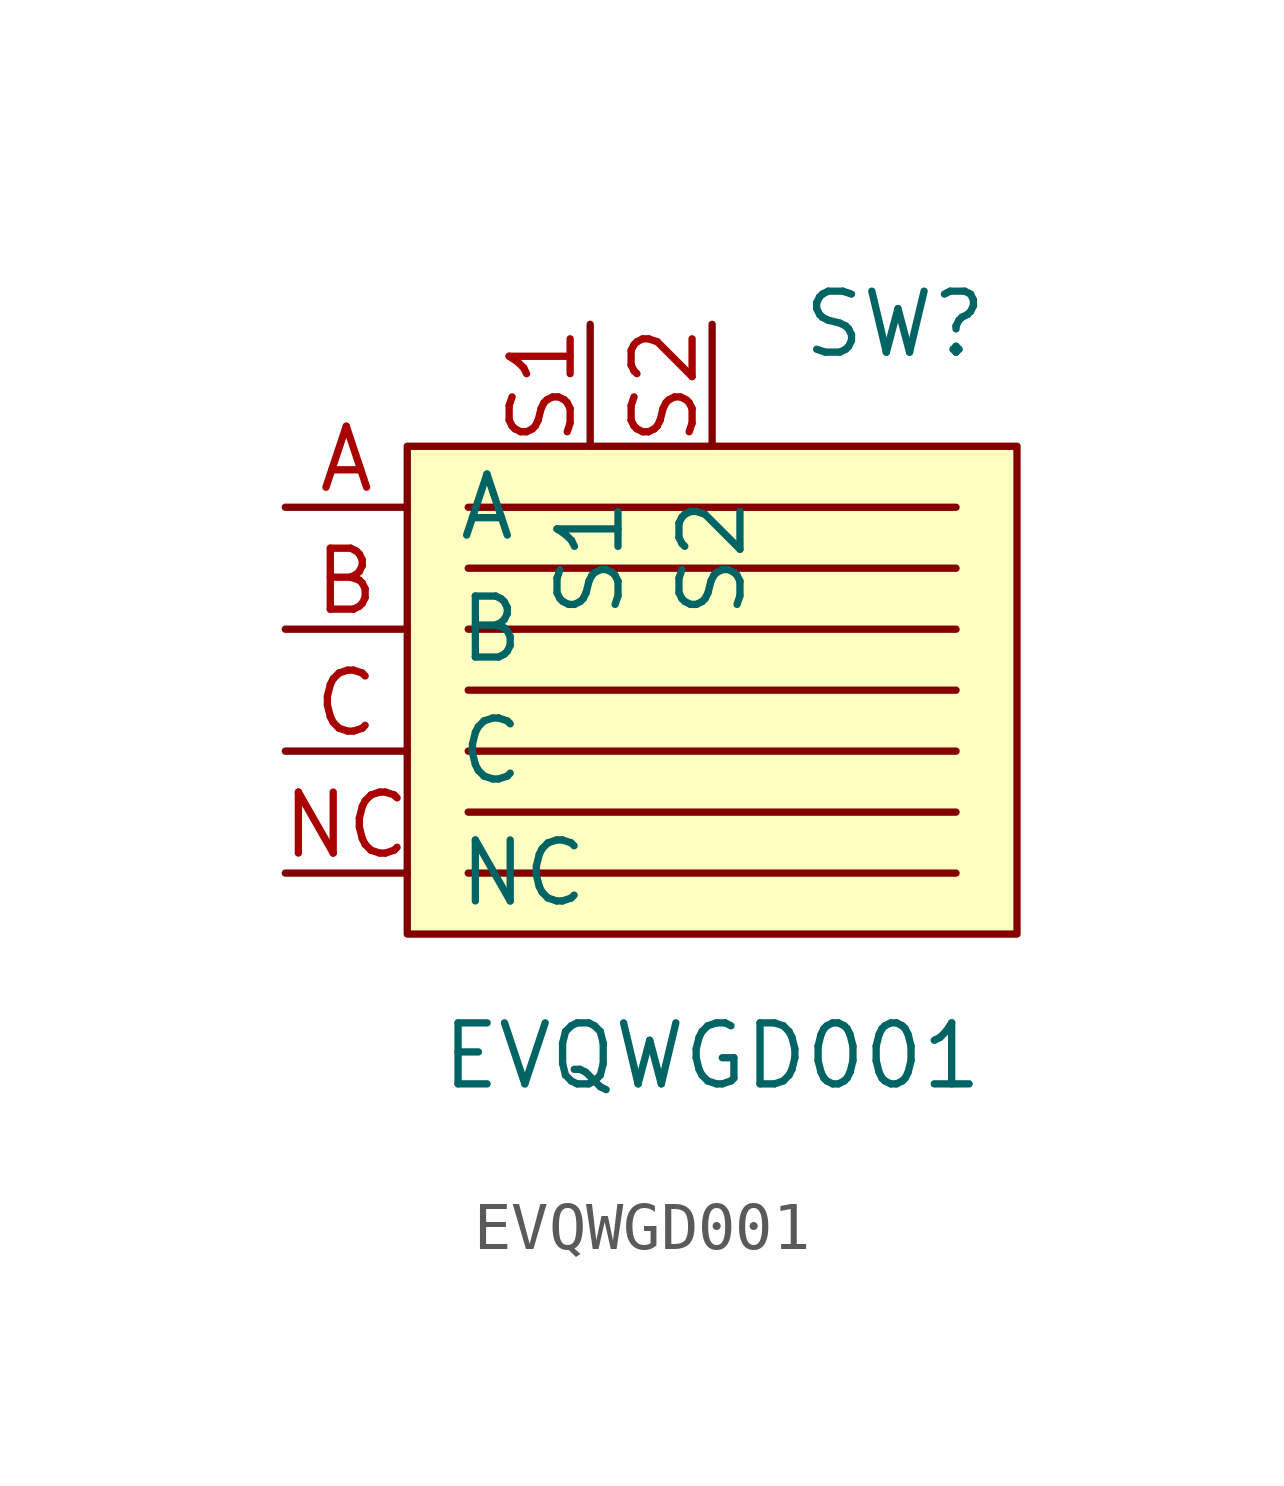
<source format=kicad_sym>
(kicad_symbol_lib
  (version 20211014)
  (generator kicad_symbol_editor)
  (symbol "EVQWGD001"
    (pin_names
      (offset 1.016))
    (property "Reference" "SW"
      (at 3.81 6.35 0)
      (effects (font (size 1.27 1.27))))
    (property "Value" "EVQWGD001"
      (at 0 -8.89 0)
      (effects (font (size 1.27 1.27))))
    (symbol "EVQWGD001_0_1"
      (rectangle (start -6.35 3.81) (end 6.35 -6.35) (stroke (width 0) (type default) (color 0 0 0 0)) (fill (type background)))
      (polyline (pts (xy -5.08 -5.08) (xy 5.08 -5.08)) (stroke (width 0) (type default) (color 0 0 0 0)) (fill (type none)))
      (polyline (pts (xy -5.08 -3.81) (xy 5.08 -3.81)) (stroke (width 0) (type default) (color 0 0 0 0)) (fill (type none)))
      (polyline (pts (xy -5.08 -2.54) (xy 5.08 -2.54)) (stroke (width 0) (type default) (color 0 0 0 0)) (fill (type none)))
      (polyline (pts (xy -5.08 -1.27) (xy 5.08 -1.27)) (stroke (width 0) (type default) (color 0 0 0 0)) (fill (type none)))
      (polyline (pts (xy -5.08 0) (xy 5.08 0)) (stroke (width 0) (type default) (color 0 0 0 0)) (fill (type none)))
      (polyline (pts (xy -5.08 1.27) (xy 5.08 1.27)) (stroke (width 0) (type default) (color 0 0 0 0)) (fill (type none)))
      (polyline (pts (xy -5.08 2.54) (xy 5.08 2.54)) (stroke (width 0) (type default) (color 0 0 0 0)) (fill (type none))))
    (symbol "EVQWGD001_1_1"
      (pin output line (at -8.89 2.54 0) (length 2.54) (name "A" (effects (font (size 1.27 1.27)))) (number "A" (effects (font (size 1.27 1.27)))))
      (pin output line (at -8.89 0 0) (length 2.54) (name "B" (effects (font (size 1.27 1.27)))) (number "B" (effects (font (size 1.27 1.27)))))
      (pin passive line (at -8.89 -2.54 0) (length 2.54) (name "C" (effects (font (size 1.27 1.27)))) (number "C" (effects (font (size 1.27 1.27)))))
      (pin unspecified line (at -8.89 -5.08 0) (length 2.54) (name "NC" (effects (font (size 1.27 1.27)))) (number "NC" (effects (font (size 1.27 1.27)))))
      (pin output line (at -2.54 6.35 270) (length 2.54) (name "S1" (effects (font (size 1.27 1.27)))) (number "S1" (effects (font (size 1.27 1.27)))))
      (pin output line (at 0 6.35 270) (length 2.54) (name "S2" (effects (font (size 1.27 1.27)))) (number "S2" (effects (font (size 1.27 1.27))))))))
</source>
